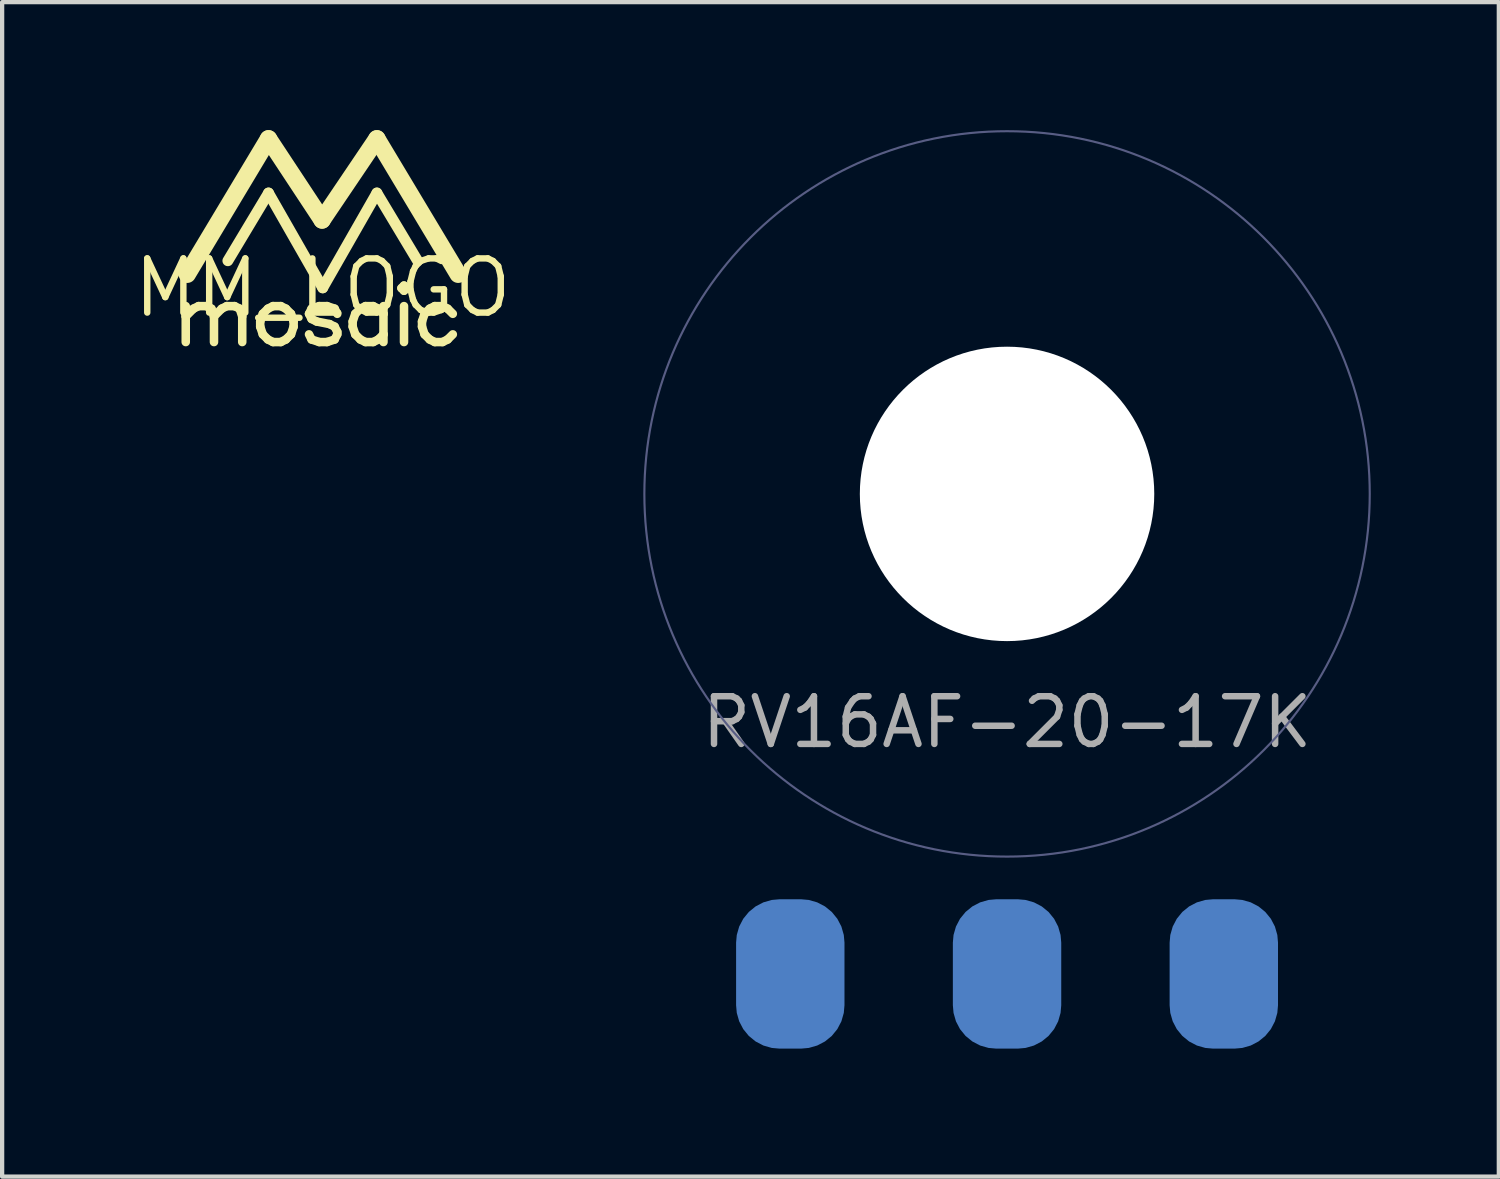
<source format=kicad_pcb>
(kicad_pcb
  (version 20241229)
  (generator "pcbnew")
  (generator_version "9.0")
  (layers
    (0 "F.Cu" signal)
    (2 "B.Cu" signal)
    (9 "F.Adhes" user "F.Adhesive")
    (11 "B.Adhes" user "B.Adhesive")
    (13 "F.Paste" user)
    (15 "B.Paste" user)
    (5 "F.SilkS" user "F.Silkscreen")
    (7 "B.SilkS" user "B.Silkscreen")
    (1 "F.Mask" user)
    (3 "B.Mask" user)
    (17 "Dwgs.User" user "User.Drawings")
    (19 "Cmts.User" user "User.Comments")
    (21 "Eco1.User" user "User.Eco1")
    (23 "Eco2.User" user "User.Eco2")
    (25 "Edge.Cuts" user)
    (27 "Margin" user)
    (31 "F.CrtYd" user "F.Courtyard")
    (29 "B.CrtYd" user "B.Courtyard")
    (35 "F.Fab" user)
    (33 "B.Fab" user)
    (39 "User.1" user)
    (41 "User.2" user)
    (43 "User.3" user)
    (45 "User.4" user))
  (footprint "MM_LOGO"
    (layer "F.Cu")
    (at 4.513 3.696)
    (property "Reference" "MM_LOGO" (at 0 0 0) (layer "F.SilkS") (effects (font (size 1.27 1.27) (thickness 0.15))))
    (fp_line (start -3.21 0.428) (end -3.21 0.669) (stroke (width 0.2) (type solid)) (layer "F.SilkS"))
    (fp_line (start -3.21 0.669) (end -3.21 1.27) (stroke (width 0.2) (type solid)) (layer "F.SilkS"))
    (fp_line (start -3.21 0.669) (end -3.029 0.488) (stroke (width 0.2) (type solid)) (layer "F.SilkS"))
    (fp_line (start -3.175 -0.318) (end -1.27 -3.493) (stroke (width 0.406) (type solid)) (layer "F.SilkS"))
    (fp_line (start -3.029 0.488) (end -2.909 0.428) (stroke (width 0.2) (type solid)) (layer "F.SilkS"))
    (fp_line (start -2.909 0.428) (end -2.728 0.428) (stroke (width 0.2) (type solid)) (layer "F.SilkS"))
    (fp_line (start -2.728 0.428) (end -2.608 0.488) (stroke (width 0.2) (type solid)) (layer "F.SilkS"))
    (fp_line (start -2.608 0.488) (end -2.548 0.669) (stroke (width 0.2) (type solid)) (layer "F.SilkS"))
    (fp_line (start -2.548 0.669) (end -2.548 1.27) (stroke (width 0.2) (type solid)) (layer "F.SilkS"))
    (fp_line (start -2.548 0.669) (end -2.367 0.488) (stroke (width 0.2) (type solid)) (layer "F.SilkS"))
    (fp_line (start -2.367 0.488) (end -2.247 0.428) (stroke (width 0.2) (type solid)) (layer "F.SilkS"))
    (fp_line (start -2.247 0.428) (end -2.066 0.428) (stroke (width 0.2) (type solid)) (layer "F.SilkS"))
    (fp_line (start -2.066 0.428) (end -1.946 0.488) (stroke (width 0.2) (type solid)) (layer "F.SilkS"))
    (fp_line (start -1.946 0.488) (end -1.886 0.669) (stroke (width 0.2) (type solid)) (layer "F.SilkS"))
    (fp_line (start -1.886 0.669) (end -1.886 1.27) (stroke (width 0.2) (type solid)) (layer "F.SilkS"))
    (fp_line (start -1.465 0.789) (end -1.465 0.909) (stroke (width 0.2) (type solid)) (layer "F.SilkS"))
    (fp_line (start -1.465 0.909) (end -1.404 1.09) (stroke (width 0.2) (type solid)) (layer "F.SilkS"))
    (fp_line (start -1.404 0.608) (end -1.465 0.789) (stroke (width 0.2) (type solid)) (layer "F.SilkS"))
    (fp_line (start -1.404 1.09) (end -1.284 1.21) (stroke (width 0.2) (type solid)) (layer "F.SilkS"))
    (fp_line (start -1.284 0.488) (end -1.404 0.608) (stroke (width 0.2) (type solid)) (layer "F.SilkS"))
    (fp_line (start -1.284 1.21) (end -1.164 1.27) (stroke (width 0.2) (type solid)) (layer "F.SilkS"))
    (fp_line (start -1.27 -3.493) (end -0.015 -1.59) (stroke (width 0.406) (type solid)) (layer "F.SilkS"))
    (fp_line (start -1.27 -2.223) (end -2.223 -0.635) (stroke (width 0.254) (type solid)) (layer "F.SilkS"))
    (fp_line (start -1.27 -2.223) (end 0 0) (stroke (width 0.254) (type solid)) (layer "F.SilkS"))
    (fp_line (start -1.164 0.428) (end -1.284 0.488) (stroke (width 0.2) (type solid)) (layer "F.SilkS"))
    (fp_line (start -1.164 1.27) (end -0.983 1.27) (stroke (width 0.2) (type solid)) (layer "F.SilkS"))
    (fp_line (start -0.983 0.428) (end -1.164 0.428) (stroke (width 0.2) (type solid)) (layer "F.SilkS"))
    (fp_line (start -0.983 1.27) (end -0.863 1.21) (stroke (width 0.2) (type solid)) (layer "F.SilkS"))
    (fp_line (start -0.863 0.488) (end -0.983 0.428) (stroke (width 0.2) (type solid)) (layer "F.SilkS"))
    (fp_line (start -0.863 1.21) (end -0.743 1.09) (stroke (width 0.2) (type solid)) (layer "F.SilkS"))
    (fp_line (start -0.743 0.608) (end -0.863 0.488) (stroke (width 0.2) (type solid)) (layer "F.SilkS"))
    (fp_line (start -0.743 1.09) (end -0.682 0.909) (stroke (width 0.2) (type solid)) (layer "F.SilkS"))
    (fp_line (start -0.682 0.789) (end -0.743 0.608) (stroke (width 0.2) (type solid)) (layer "F.SilkS"))
    (fp_line (start -0.682 0.909) (end -0.682 0.789) (stroke (width 0.2) (type solid)) (layer "F.SilkS"))
    (fp_line (start -0.321 0.608) (end -0.261 0.729) (stroke (width 0.2) (type solid)) (layer "F.SilkS"))
    (fp_line (start -0.261 0.488) (end -0.321 0.608) (stroke (width 0.2) (type solid)) (layer "F.SilkS"))
    (fp_line (start -0.261 0.729) (end -0.141 0.789) (stroke (width 0.2) (type solid)) (layer "F.SilkS"))
    (fp_line (start -0.261 1.21) (end -0.321 1.09) (stroke (width 0.2) (type solid)) (layer "F.SilkS"))
    (fp_line (start -0.141 0.789) (end 0.16 0.849) (stroke (width 0.2) (type solid)) (layer "F.SilkS"))
    (fp_line (start -0.081 0.428) (end -0.261 0.488) (stroke (width 0.2) (type solid)) (layer "F.SilkS"))
    (fp_line (start -0.081 1.27) (end -0.261 1.21) (stroke (width 0.2) (type solid)) (layer "F.SilkS"))
    (fp_line (start -0.015 -1.59) (end 1.27 -3.493) (stroke (width 0.406) (type solid)) (layer "F.SilkS"))
    (fp_line (start 0 0) (end 1.27 -2.223) (stroke (width 0.254) (type solid)) (layer "F.SilkS"))
    (fp_line (start 0.1 0.428) (end -0.081 0.428) (stroke (width 0.2) (type solid)) (layer "F.SilkS"))
    (fp_line (start 0.1 1.27) (end -0.081 1.27) (stroke (width 0.2) (type solid)) (layer "F.SilkS"))
    (fp_line (start 0.16 0.849) (end 0.28 0.909) (stroke (width 0.2) (type solid)) (layer "F.SilkS"))
    (fp_line (start 0.28 0.488) (end 0.1 0.428) (stroke (width 0.2) (type solid)) (layer "F.SilkS"))
    (fp_line (start 0.28 0.909) (end 0.341 1.03) (stroke (width 0.2) (type solid)) (layer "F.SilkS"))
    (fp_line (start 0.28 1.21) (end 0.1 1.27) (stroke (width 0.2) (type solid)) (layer "F.SilkS"))
    (fp_line (start 0.341 0.608) (end 0.28 0.488) (stroke (width 0.2) (type solid)) (layer "F.SilkS"))
    (fp_line (start 0.341 1.03) (end 0.341 1.09) (stroke (width 0.2) (type solid)) (layer "F.SilkS"))
    (fp_line (start 0.341 1.09) (end 0.28 1.21) (stroke (width 0.2) (type solid)) (layer "F.SilkS"))
    (fp_line (start 0.702 0.789) (end 0.702 0.909) (stroke (width 0.2) (type solid)) (layer "F.SilkS"))
    (fp_line (start 0.702 0.909) (end 0.762 1.09) (stroke (width 0.2) (type solid)) (layer "F.SilkS"))
    (fp_line (start 0.762 0.608) (end 0.702 0.789) (stroke (width 0.2) (type solid)) (layer "F.SilkS"))
    (fp_line (start 0.762 1.09) (end 0.882 1.21) (stroke (width 0.2) (type solid)) (layer "F.SilkS"))
    (fp_line (start 0.882 0.488) (end 0.762 0.608) (stroke (width 0.2) (type solid)) (layer "F.SilkS"))
    (fp_line (start 0.882 1.21) (end 1.003 1.27) (stroke (width 0.2) (type solid)) (layer "F.SilkS"))
    (fp_line (start 1.003 0.428) (end 0.882 0.488) (stroke (width 0.2) (type solid)) (layer "F.SilkS"))
    (fp_line (start 1.003 1.27) (end 1.183 1.27) (stroke (width 0.2) (type solid)) (layer "F.SilkS"))
    (fp_line (start 1.183 0.428) (end 1.003 0.428) (stroke (width 0.2) (type solid)) (layer "F.SilkS"))
    (fp_line (start 1.183 1.27) (end 1.304 1.21) (stroke (width 0.2) (type solid)) (layer "F.SilkS"))
    (fp_line (start 1.27 -3.493) (end 3.175 -0.318) (stroke (width 0.406) (type solid)) (layer "F.SilkS"))
    (fp_line (start 1.27 -2.223) (end 2.223 -0.635) (stroke (width 0.254) (type solid)) (layer "F.SilkS"))
    (fp_line (start 1.304 0.488) (end 1.183 0.428) (stroke (width 0.2) (type solid)) (layer "F.SilkS"))
    (fp_line (start 1.304 1.21) (end 1.424 1.09) (stroke (width 0.2) (type solid)) (layer "F.SilkS"))
    (fp_line (start 1.424 0.428) (end 1.424 0.608) (stroke (width 0.2) (type solid)) (layer "F.SilkS"))
    (fp_line (start 1.424 0.608) (end 1.304 0.488) (stroke (width 0.2) (type solid)) (layer "F.SilkS"))
    (fp_line (start 1.424 0.608) (end 1.424 1.09) (stroke (width 0.2) (type solid)) (layer "F.SilkS"))
    (fp_line (start 1.424 1.09) (end 1.424 1.27) (stroke (width 0.2) (type solid)) (layer "F.SilkS"))
    (fp_line (start 1.845 0.007) (end 1.905 0.067) (stroke (width 0.2) (type solid)) (layer "F.SilkS"))
    (fp_line (start 1.905 -0.054) (end 1.845 0.007) (stroke (width 0.2) (type solid)) (layer "F.SilkS"))
    (fp_line (start 1.905 0.067) (end 1.965 0.007) (stroke (width 0.2) (type solid)) (layer "F.SilkS"))
    (fp_line (start 1.905 0.428) (end 1.905 1.27) (stroke (width 0.2) (type solid)) (layer "F.SilkS"))
    (fp_line (start 1.965 0.007) (end 1.905 -0.054) (stroke (width 0.2) (type solid)) (layer "F.SilkS"))
    (fp_line (start 2.327 0.789) (end 2.327 0.909) (stroke (width 0.2) (type solid)) (layer "F.SilkS"))
    (fp_line (start 2.327 0.909) (end 2.387 1.09) (stroke (width 0.2) (type solid)) (layer "F.SilkS"))
    (fp_line (start 2.387 0.608) (end 2.327 0.789) (stroke (width 0.2) (type solid)) (layer "F.SilkS"))
    (fp_line (start 2.387 1.09) (end 2.507 1.21) (stroke (width 0.2) (type solid)) (layer "F.SilkS"))
    (fp_line (start 2.507 0.488) (end 2.387 0.608) (stroke (width 0.2) (type solid)) (layer "F.SilkS"))
    (fp_line (start 2.507 1.21) (end 2.627 1.27) (stroke (width 0.2) (type solid)) (layer "F.SilkS"))
    (fp_line (start 2.627 0.428) (end 2.507 0.488) (stroke (width 0.2) (type solid)) (layer "F.SilkS"))
    (fp_line (start 2.627 1.27) (end 2.808 1.27) (stroke (width 0.2) (type solid)) (layer "F.SilkS"))
    (fp_line (start 2.808 0.428) (end 2.627 0.428) (stroke (width 0.2) (type solid)) (layer "F.SilkS"))
    (fp_line (start 2.808 1.27) (end 2.928 1.21) (stroke (width 0.2) (type solid)) (layer "F.SilkS"))
    (fp_line (start 2.928 0.488) (end 2.808 0.428) (stroke (width 0.2) (type solid)) (layer "F.SilkS"))
    (fp_line (start 2.928 1.21) (end 3.049 1.09) (stroke (width 0.2) (type solid)) (layer "F.SilkS"))
    (fp_line (start 3.049 0.608) (end 2.928 0.488) (stroke (width 0.2) (type solid)) (layer "F.SilkS")))
  (footprint "RV16AF-20-17K"
    (layer "F.Cu")
    (at 20.551 8.525)
    (property "Reference" "RV16AF-20-17K" (at 0 5.35 0) (layer "F.Fab") (effects (font (size 1.118 1.118) (thickness 0.152))))
    (fp_circle (center 0 0) (end 8.5 0) (stroke (width 0.05) (type solid)) (fill no) (layer "B.Fab"))
    (pad "" np_thru_hole circle (at 0 0) (size 6.9 6.9) (drill 6.9) (layers "*.Cu" "*.Mask"))
    (pad "1" smd roundrect (at -5.08 11.25 90) (size 3.5 2.54) (layers "B.Cu" "B.Mask" "B.Paste") (roundrect_rratio 0.4))
    (pad "2" smd roundrect (at 0 11.25 90) (size 3.5 2.54) (layers "B.Cu" "B.Mask" "B.Paste") (roundrect_rratio 0.4))
    (pad "3" smd roundrect (at 5.08 11.25 90) (size 3.5 2.54) (layers "B.Cu" "B.Mask" "B.Paste") (roundrect_rratio 0.4))
    (zone (net_name "") (layer "F.Cu") (hatch edge 0.508) (connect_pads) (min_thickness 0.254) (filled_areas_thickness no) (keepout (tracks not_allowed) (vias not_allowed) (pads allowed) (copperpour not_allowed) (footprints allowed)) (placement (enabled no)) (fill) (polygon (pts (xy 20.551 2.025) (xy 21.061 2.045) (xy 21.567 2.105) (xy 22.068 2.205) (xy 22.559 2.343) (xy 23.038 2.52) (xy 23.501 2.733) (xy 23.947 2.983) (xy 24.371 3.266) (xy 24.772 3.582) (xy 25.147 3.929) (xy 25.493 4.304) (xy 25.809 4.704) (xy 26.093 5.129) (xy 26.342 5.574) (xy 26.556 6.038) (xy 26.732 6.516) (xy 26.871 7.008) (xy 26.97 7.508) (xy 27.051 8.525) (xy 27.03 9.035) (xy 26.97 9.542) (xy 26.871 10.042) (xy 26.732 10.534) (xy 26.556 11.012) (xy 26.342 11.476) (xy 26.093 11.921) (xy 25.809 12.346) (xy 25.493 12.746) (xy 25.147 13.121) (xy 24.772 13.468) (xy 24.371 13.784) (xy 23.947 14.067) (xy 23.501 14.317) (xy 23.038 14.53) (xy 22.559 14.707) (xy 22.068 14.845) (xy 21.567 14.945) (xy 20.551 15.025) (xy 20.041 15.005) (xy 19.534 14.945) (xy 19.033 14.845) (xy 18.542 14.707) (xy 18.063 14.53) (xy 17.6 14.317) (xy 17.154 14.067) (xy 16.73 13.784) (xy 16.329 13.468) (xy 15.954 13.121) (xy 15.608 12.746) (xy 15.292 12.346) (xy 15.008 11.921) (xy 14.759 11.476) (xy 14.545 11.012) (xy 14.369 10.534) (xy 14.23 10.042) (xy 14.131 9.542) (xy 14.051 8.525) (xy 14.071 8.015) (xy 14.131 7.508) (xy 14.23 7.008) (xy 14.369 6.516) (xy 14.545 6.038) (xy 14.759 5.574) (xy 15.008 5.129) (xy 15.292 4.704) (xy 15.608 4.304) (xy 15.954 3.929) (xy 16.329 3.582) (xy 16.73 3.266) (xy 17.154 2.983) (xy 17.6 2.733) (xy 18.063 2.52) (xy 18.542 2.343) (xy 19.033 2.205) (xy 19.534 2.105))))
    (zone (net_name "") (layer "B.Cu") (hatch edge 0.508) (connect_pads) (min_thickness 0.254) (filled_areas_thickness no) (keepout (tracks not_allowed) (vias not_allowed) (pads allowed) (copperpour not_allowed) (footprints allowed)) (placement (enabled no)) (fill) (polygon (pts (xy 20.551 3.025) (xy 20.071 3.046) (xy 19.595 3.109) (xy 19.127 3.212) (xy 18.669 3.357) (xy 18.226 3.54) (xy 17.801 3.762) (xy 17.396 4.02) (xy 17.015 4.312) (xy 16.661 4.636) (xy 16.337 4.99) (xy 16.045 5.37) (xy 15.787 5.775) (xy 15.566 6.201) (xy 15.382 6.644) (xy 15.238 7.101) (xy 15.134 7.57) (xy 15.071 8.046) (xy 15.051 8.525) (xy 15.071 9.004) (xy 15.134 9.48) (xy 15.238 9.949) (xy 15.382 10.406) (xy 15.566 10.849) (xy 15.787 11.275) (xy 16.045 11.68) (xy 16.337 12.06) (xy 16.661 12.414) (xy 17.015 12.738) (xy 17.396 13.03) (xy 17.801 13.288) (xy 18.226 13.51) (xy 18.669 13.693) (xy 19.127 13.838) (xy 19.595 13.941) (xy 20.071 14.004) (xy 20.551 14.025) (xy 21.03 14.004) (xy 21.506 13.941) (xy 21.974 13.838) (xy 22.432 13.693) (xy 22.875 13.51) (xy 23.301 13.288) (xy 23.705 13.03) (xy 24.086 12.738) (xy 24.44 12.414) (xy 24.764 12.06) (xy 25.056 11.68) (xy 25.314 11.275) (xy 25.535 10.849) (xy 25.719 10.406) (xy 25.863 9.949) (xy 25.967 9.48) (xy 26.03 9.004) (xy 26.051 8.525) (xy 26.03 8.046) (xy 25.967 7.57) (xy 25.863 7.101) (xy 25.719 6.644) (xy 25.535 6.201) (xy 25.314 5.775) (xy 25.056 5.37) (xy 24.764 4.99) (xy 24.44 4.636) (xy 24.086 4.312) (xy 23.705 4.02) (xy 23.301 3.762) (xy 22.875 3.54) (xy 22.432 3.357) (xy 21.974 3.212) (xy 21.506 3.109) (xy 21.03 3.046)))))
  (gr_rect
    (start -3 -3)
    (end 32.076 24.525)
    (stroke (width 0.1) (type default))
    (fill no)
    (layer "Edge.Cuts")))
</source>
